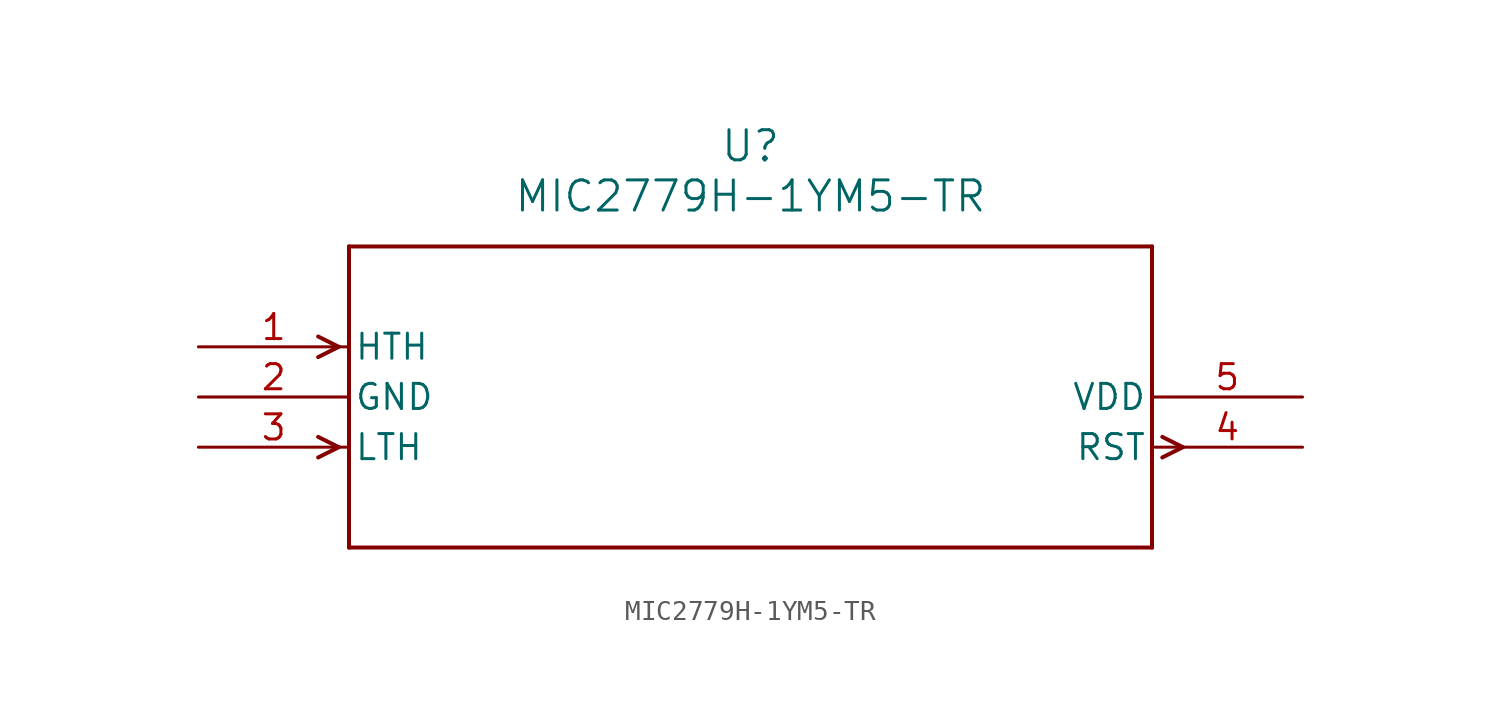
<source format=kicad_sym>
(kicad_symbol_lib
  (version 20211014)
  (generator kicad_symbol_editor)
  (symbol "MIC2779H-1YM5-TR"
    (pin_names
      (offset 0.254))
    (property "Reference" "U"
      (at 27.94 10.16 0)
      (effects (font (size 1.524 1.524))))
    (property "Value" "MIC2779H-1YM5-TR"
      (at 27.94 7.62 0)
      (effects (font (size 1.524 1.524))))
    (symbol "MIC2779H-1YM5-TR_0_1"
      (polyline (pts (xy 7.099 0) (xy 6.058 0.521)) (stroke (width 0.203) (type default) (color 0 0 0 0)) (fill (type none)))
      (polyline (pts (xy 7.099 0) (xy 6.058 -0.521)) (stroke (width 0.203) (type default) (color 0 0 0 0)) (fill (type none)))
      (polyline (pts (xy 7.099 -5.08) (xy 6.058 -4.559)) (stroke (width 0.203) (type default) (color 0 0 0 0)) (fill (type none)))
      (polyline (pts (xy 7.099 -5.08) (xy 6.058 -5.601)) (stroke (width 0.203) (type default) (color 0 0 0 0)) (fill (type none)))
      (polyline (pts (xy 48.781 -4.559) (xy 49.822 -5.08)) (stroke (width 0.203) (type default) (color 0 0 0 0)) (fill (type none)))
      (polyline (pts (xy 48.781 -5.601) (xy 49.822 -5.08)) (stroke (width 0.203) (type default) (color 0 0 0 0)) (fill (type none)))
      (polyline (pts (xy 7.62 5.08) (xy 7.62 -10.16)) (stroke (width 0.203) (type default) (color 0 0 0 0)) (fill (type none)))
      (polyline (pts (xy 7.62 -10.16) (xy 48.26 -10.16)) (stroke (width 0.203) (type default) (color 0 0 0 0)) (fill (type none)))
      (polyline (pts (xy 48.26 -10.16) (xy 48.26 5.08)) (stroke (width 0.203) (type default) (color 0 0 0 0)) (fill (type none)))
      (polyline (pts (xy 48.26 5.08) (xy 7.62 5.08)) (stroke (width 0.203) (type default) (color 0 0 0 0)) (fill (type none)))
      (pin input line (at 0 0 0) (length 7.62) (name "HTH" (effects (font (size 1.27 1.27)))) (number "1" (effects (font (size 1.27 1.27)))))
      (pin power_in line (at 0 -2.54 0) (length 7.62) (name "GND" (effects (font (size 1.27 1.27)))) (number "2" (effects (font (size 1.27 1.27)))))
      (pin input line (at 0 -5.08 0) (length 7.62) (name "LTH" (effects (font (size 1.27 1.27)))) (number "3" (effects (font (size 1.27 1.27)))))
      (pin output line (at 55.88 -5.08 180) (length 7.62) (name "RST" (effects (font (size 1.27 1.27)))) (number "4" (effects (font (size 1.27 1.27)))))
      (pin power_in line (at 55.88 -2.54 180) (length 7.62) (name "VDD" (effects (font (size 1.27 1.27)))) (number "5" (effects (font (size 1.27 1.27))))))))
</source>
